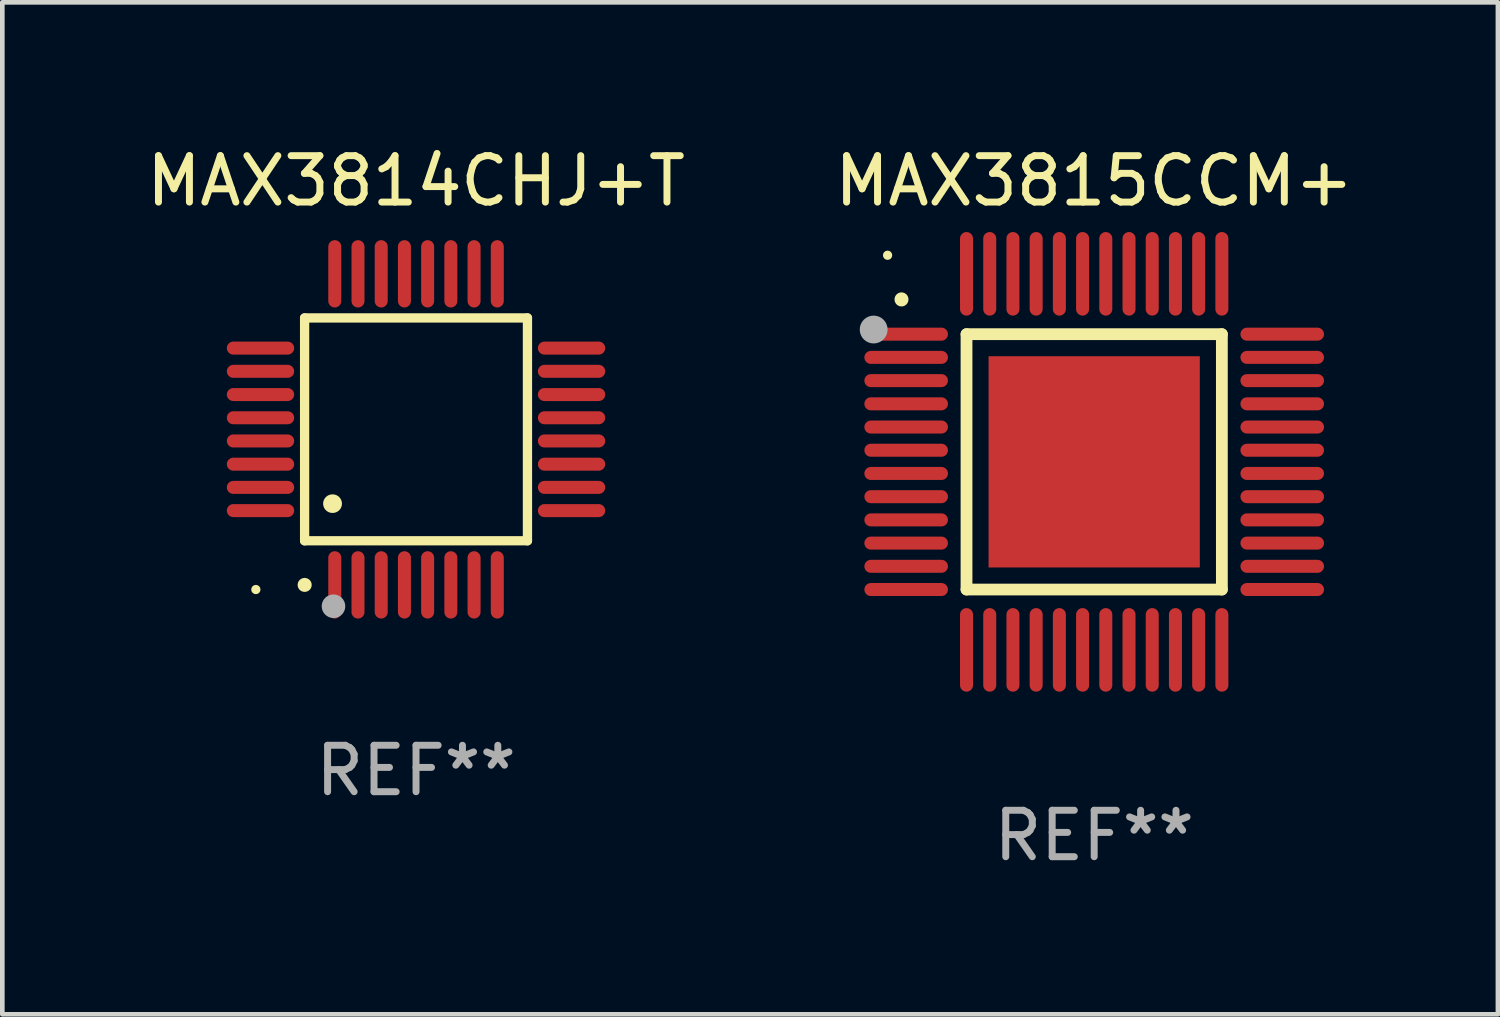
<source format=kicad_pcb>
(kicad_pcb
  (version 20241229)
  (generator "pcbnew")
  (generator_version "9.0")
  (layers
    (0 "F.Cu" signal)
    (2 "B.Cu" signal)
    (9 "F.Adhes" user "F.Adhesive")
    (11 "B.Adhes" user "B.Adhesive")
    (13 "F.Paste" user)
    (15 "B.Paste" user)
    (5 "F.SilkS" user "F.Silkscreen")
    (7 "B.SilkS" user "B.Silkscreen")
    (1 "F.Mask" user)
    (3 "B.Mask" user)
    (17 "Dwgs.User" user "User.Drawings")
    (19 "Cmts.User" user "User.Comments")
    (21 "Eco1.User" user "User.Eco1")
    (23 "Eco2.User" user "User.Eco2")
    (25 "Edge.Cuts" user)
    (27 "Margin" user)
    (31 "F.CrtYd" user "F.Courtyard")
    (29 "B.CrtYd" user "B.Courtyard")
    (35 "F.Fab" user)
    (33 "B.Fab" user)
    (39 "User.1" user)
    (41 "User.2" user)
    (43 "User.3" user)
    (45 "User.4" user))
  (footprint "MAX3814CHJ+T"
    (layer "F.Cu")
    (at 5.911 6.198)
    (property "Reference" "MAX3814CHJ+T" (at 0 -5.35 0) (layer "F.SilkS") (effects (font (size 1 1) (thickness 0.15))))
    (attr through_hole)
    (fp_line (start -2.4 -2.4) (end -2.4 2.4) (stroke (width 0.2) (type solid)) (layer "F.SilkS"))
    (fp_line (start -2.4 2.4) (end 2.4 2.4) (stroke (width 0.2) (type solid)) (layer "F.SilkS"))
    (fp_line (start 2.4 -2.4) (end -2.4 -2.4) (stroke (width 0.2) (type solid)) (layer "F.SilkS"))
    (fp_line (start 2.4 2.4) (end 2.4 -2.4) (stroke (width 0.2) (type solid)) (layer "F.SilkS"))
    (fp_arc (start -2.400305 3.350267) (mid -2.399035 3.350262) (end -2.397765 3.350267) (stroke (width 0.3) (type solid)) (layer "F.SilkS"))
    (fp_arc (start -1.800864 1.600203) (mid -1.798324 1.600187) (end -1.795784 1.600203) (stroke (width 0.4) (type solid)) (layer "F.SilkS"))
    (fp_circle (center -3.45 3.45) (end -3.4 3.45) (stroke (width 0.1) (type solid)) (fill no) (layer "F.SilkS"))
    (fp_circle (center -1.778 3.81) (end -1.651 3.81) (stroke (width 0.254) (type solid)) (fill no) (layer "F.Fab"))
    (fp_text user "REF**" (at 0 7.35 0) (layer "F.Fab") (effects (font (size 1 1) (thickness 0.15))))
    (pad "1" smd oval (at -1.75 3.35) (size 0.28 1.45) (layers "F.Cu" "F.Mask" "F.Paste"))
    (pad "2" smd oval (at -1.25 3.35) (size 0.28 1.45) (layers "F.Cu" "F.Mask" "F.Paste"))
    (pad "3" smd oval (at -0.75 3.35) (size 0.28 1.45) (layers "F.Cu" "F.Mask" "F.Paste"))
    (pad "4" smd oval (at -0.25 3.35) (size 0.28 1.45) (layers "F.Cu" "F.Mask" "F.Paste"))
    (pad "5" smd oval (at 0.25 3.35) (size 0.28 1.45) (layers "F.Cu" "F.Mask" "F.Paste"))
    (pad "6" smd oval (at 0.75 3.35) (size 0.28 1.45) (layers "F.Cu" "F.Mask" "F.Paste"))
    (pad "7" smd oval (at 1.25 3.35) (size 0.28 1.45) (layers "F.Cu" "F.Mask" "F.Paste"))
    (pad "8" smd oval (at 1.75 3.35) (size 0.28 1.45) (layers "F.Cu" "F.Mask" "F.Paste"))
    (pad "9" smd oval (at 3.35 1.75) (size 1.45 0.28) (layers "F.Cu" "F.Mask" "F.Paste"))
    (pad "10" smd oval (at 3.35 1.25) (size 1.45 0.28) (layers "F.Cu" "F.Mask" "F.Paste"))
    (pad "11" smd oval (at 3.35 0.75) (size 1.45 0.28) (layers "F.Cu" "F.Mask" "F.Paste"))
    (pad "12" smd oval (at 3.35 0.25) (size 1.45 0.28) (layers "F.Cu" "F.Mask" "F.Paste"))
    (pad "13" smd oval (at 3.35 -0.25) (size 1.45 0.28) (layers "F.Cu" "F.Mask" "F.Paste"))
    (pad "14" smd oval (at 3.35 -0.75) (size 1.45 0.28) (layers "F.Cu" "F.Mask" "F.Paste"))
    (pad "15" smd oval (at 3.35 -1.25) (size 1.45 0.28) (layers "F.Cu" "F.Mask" "F.Paste"))
    (pad "16" smd oval (at 3.35 -1.75) (size 1.45 0.28) (layers "F.Cu" "F.Mask" "F.Paste"))
    (pad "17" smd oval (at 1.75 -3.35) (size 0.28 1.45) (layers "F.Cu" "F.Mask" "F.Paste"))
    (pad "18" smd oval (at 1.25 -3.35) (size 0.28 1.45) (layers "F.Cu" "F.Mask" "F.Paste"))
    (pad "19" smd oval (at 0.75 -3.35) (size 0.28 1.45) (layers "F.Cu" "F.Mask" "F.Paste"))
    (pad "20" smd oval (at 0.25 -3.35) (size 0.28 1.45) (layers "F.Cu" "F.Mask" "F.Paste"))
    (pad "21" smd oval (at -0.25 -3.35) (size 0.28 1.45) (layers "F.Cu" "F.Mask" "F.Paste"))
    (pad "22" smd oval (at -0.75 -3.35) (size 0.28 1.45) (layers "F.Cu" "F.Mask" "F.Paste"))
    (pad "23" smd oval (at -1.25 -3.35) (size 0.28 1.45) (layers "F.Cu" "F.Mask" "F.Paste"))
    (pad "24" smd oval (at -1.75 -3.35) (size 0.28 1.45) (layers "F.Cu" "F.Mask" "F.Paste"))
    (pad "25" smd oval (at -3.35 -1.75) (size 1.45 0.28) (layers "F.Cu" "F.Mask" "F.Paste"))
    (pad "26" smd oval (at -3.35 -1.25) (size 1.45 0.28) (layers "F.Cu" "F.Mask" "F.Paste"))
    (pad "27" smd oval (at -3.35 -0.75) (size 1.45 0.28) (layers "F.Cu" "F.Mask" "F.Paste"))
    (pad "28" smd oval (at -3.35 -0.25) (size 1.45 0.28) (layers "F.Cu" "F.Mask" "F.Paste"))
    (pad "29" smd oval (at -3.35 0.25) (size 1.45 0.28) (layers "F.Cu" "F.Mask" "F.Paste"))
    (pad "30" smd oval (at -3.35 0.75) (size 1.45 0.28) (layers "F.Cu" "F.Mask" "F.Paste"))
    (pad "31" smd oval (at -3.35 1.25) (size 1.45 0.28) (layers "F.Cu" "F.Mask" "F.Paste"))
    (pad "32" smd oval (at -3.35 1.75) (size 1.45 0.28) (layers "F.Cu" "F.Mask" "F.Paste")))
  (footprint "MAX3815CCM+"
    (layer "F.Cu")
    (at 20.518 6.898)
    (property "Reference" "MAX3815CCM+" (at 0 -6.05 0) (layer "F.SilkS") (effects (font (size 1 1) (thickness 0.15))))
    (attr through_hole)
    (fp_line (start -2.75 -2.75) (end 2.75 -2.75) (stroke (width 0.254) (type solid)) (layer "F.SilkS"))
    (fp_line (start -2.75 2.75) (end -2.75 -2.75) (stroke (width 0.254) (type solid)) (layer "F.SilkS"))
    (fp_line (start 2.75 -2.75) (end 2.75 2.75) (stroke (width 0.254) (type solid)) (layer "F.SilkS"))
    (fp_line (start 2.75 2.75) (end -2.75 2.75) (stroke (width 0.254) (type solid)) (layer "F.SilkS"))
    (fp_arc (start -4.150368 -3.497587) (mid -4.150373 -3.498857) (end -4.150368 -3.500127) (stroke (width 0.3) (type solid)) (layer "F.SilkS"))
    (fp_circle (center -4.45 -4.45) (end -4.4 -4.45) (stroke (width 0.1) (type solid)) (fill no) (layer "F.SilkS"))
    (fp_circle (center -4.75 -2.85) (end -4.6 -2.85) (stroke (width 0.3) (type solid)) (fill no) (layer "F.Fab"))
    (fp_text user "REF**" (at 0 8.05 0) (layer "F.Fab") (effects (font (size 1 1) (thickness 0.15))))
    (pad "1" smd oval (at -4.05 -2.75 90) (size 0.28 1.8) (layers "F.Cu" "F.Mask" "F.Paste"))
    (pad "2" smd oval (at -4.05 -2.25 90) (size 0.28 1.8) (layers "F.Cu" "F.Mask" "F.Paste"))
    (pad "3" smd oval (at -4.05 -1.75 90) (size 0.28 1.8) (layers "F.Cu" "F.Mask" "F.Paste"))
    (pad "4" smd oval (at -4.05 -1.25 90) (size 0.28 1.8) (layers "F.Cu" "F.Mask" "F.Paste"))
    (pad "5" smd oval (at -4.05 -0.75 90) (size 0.28 1.8) (layers "F.Cu" "F.Mask" "F.Paste"))
    (pad "6" smd oval (at -4.05 -0.25 90) (size 0.28 1.8) (layers "F.Cu" "F.Mask" "F.Paste"))
    (pad "7" smd oval (at -4.05 0.25 90) (size 0.28 1.8) (layers "F.Cu" "F.Mask" "F.Paste"))
    (pad "8" smd oval (at -4.05 0.75 90) (size 0.28 1.8) (layers "F.Cu" "F.Mask" "F.Paste"))
    (pad "9" smd oval (at -4.05 1.25 90) (size 0.28 1.8) (layers "F.Cu" "F.Mask" "F.Paste"))
    (pad "10" smd oval (at -4.05 1.75 90) (size 0.28 1.8) (layers "F.Cu" "F.Mask" "F.Paste"))
    (pad "11" smd oval (at -4.05 2.25 90) (size 0.28 1.8) (layers "F.Cu" "F.Mask" "F.Paste"))
    (pad "12" smd oval (at -4.05 2.75 90) (size 0.28 1.8) (layers "F.Cu" "F.Mask" "F.Paste"))
    (pad "13" smd oval (at -2.75 4.05) (size 0.28 1.8) (layers "F.Cu" "F.Mask" "F.Paste"))
    (pad "14" smd oval (at -2.25 4.05) (size 0.28 1.8) (layers "F.Cu" "F.Mask" "F.Paste"))
    (pad "15" smd oval (at -1.75 4.05) (size 0.28 1.8) (layers "F.Cu" "F.Mask" "F.Paste"))
    (pad "16" smd oval (at -1.25 4.05) (size 0.28 1.8) (layers "F.Cu" "F.Mask" "F.Paste"))
    (pad "17" smd oval (at -0.75 4.05) (size 0.28 1.8) (layers "F.Cu" "F.Mask" "F.Paste"))
    (pad "18" smd oval (at -0.25 4.05) (size 0.28 1.8) (layers "F.Cu" "F.Mask" "F.Paste"))
    (pad "19" smd oval (at 0.25 4.05) (size 0.28 1.8) (layers "F.Cu" "F.Mask" "F.Paste"))
    (pad "20" smd oval (at 0.75 4.05) (size 0.28 1.8) (layers "F.Cu" "F.Mask" "F.Paste"))
    (pad "21" smd oval (at 1.25 4.05) (size 0.28 1.8) (layers "F.Cu" "F.Mask" "F.Paste"))
    (pad "22" smd oval (at 1.75 4.05) (size 0.28 1.8) (layers "F.Cu" "F.Mask" "F.Paste"))
    (pad "23" smd oval (at 2.25 4.05) (size 0.28 1.8) (layers "F.Cu" "F.Mask" "F.Paste"))
    (pad "24" smd oval (at 2.75 4.05) (size 0.28 1.8) (layers "F.Cu" "F.Mask" "F.Paste"))
    (pad "25" smd oval (at 4.05 2.75 90) (size 0.28 1.8) (layers "F.Cu" "F.Mask" "F.Paste"))
    (pad "26" smd oval (at 4.05 2.25 90) (size 0.28 1.8) (layers "F.Cu" "F.Mask" "F.Paste"))
    (pad "27" smd oval (at 4.05 1.75 90) (size 0.28 1.8) (layers "F.Cu" "F.Mask" "F.Paste"))
    (pad "28" smd oval (at 4.05 1.25 90) (size 0.28 1.8) (layers "F.Cu" "F.Mask" "F.Paste"))
    (pad "29" smd oval (at 4.05 0.75 90) (size 0.28 1.8) (layers "F.Cu" "F.Mask" "F.Paste"))
    (pad "30" smd oval (at 4.05 0.25 90) (size 0.28 1.8) (layers "F.Cu" "F.Mask" "F.Paste"))
    (pad "31" smd oval (at 4.05 -0.25 90) (size 0.28 1.8) (layers "F.Cu" "F.Mask" "F.Paste"))
    (pad "32" smd oval (at 4.05 -0.75 90) (size 0.28 1.8) (layers "F.Cu" "F.Mask" "F.Paste"))
    (pad "33" smd oval (at 4.05 -1.25 90) (size 0.28 1.8) (layers "F.Cu" "F.Mask" "F.Paste"))
    (pad "34" smd oval (at 4.05 -1.75 90) (size 0.28 1.8) (layers "F.Cu" "F.Mask" "F.Paste"))
    (pad "35" smd oval (at 4.05 -2.25 90) (size 0.28 1.8) (layers "F.Cu" "F.Mask" "F.Paste"))
    (pad "36" smd oval (at 4.05 -2.75 90) (size 0.28 1.8) (layers "F.Cu" "F.Mask" "F.Paste"))
    (pad "37" smd oval (at 2.75 -4.05) (size 0.28 1.8) (layers "F.Cu" "F.Mask" "F.Paste"))
    (pad "38" smd oval (at 2.25 -4.05) (size 0.28 1.8) (layers "F.Cu" "F.Mask" "F.Paste"))
    (pad "39" smd oval (at 1.75 -4.05) (size 0.28 1.8) (layers "F.Cu" "F.Mask" "F.Paste"))
    (pad "40" smd oval (at 1.25 -4.05) (size 0.28 1.8) (layers "F.Cu" "F.Mask" "F.Paste"))
    (pad "41" smd oval (at 0.75 -4.05) (size 0.28 1.8) (layers "F.Cu" "F.Mask" "F.Paste"))
    (pad "42" smd oval (at 0.25 -4.05) (size 0.28 1.8) (layers "F.Cu" "F.Mask" "F.Paste"))
    (pad "43" smd oval (at -0.25 -4.05) (size 0.28 1.8) (layers "F.Cu" "F.Mask" "F.Paste"))
    (pad "44" smd oval (at -0.75 -4.05) (size 0.28 1.8) (layers "F.Cu" "F.Mask" "F.Paste"))
    (pad "45" smd oval (at -1.25 -4.05) (size 0.28 1.8) (layers "F.Cu" "F.Mask" "F.Paste"))
    (pad "46" smd oval (at -1.75 -4.05) (size 0.28 1.8) (layers "F.Cu" "F.Mask" "F.Paste"))
    (pad "47" smd oval (at -2.25 -4.05) (size 0.28 1.8) (layers "F.Cu" "F.Mask" "F.Paste"))
    (pad "48" smd oval (at -2.75 -4.05) (size 0.28 1.8) (layers "F.Cu" "F.Mask" "F.Paste"))
    (pad "49" smd rect (at 0 0 270) (size 4.55 4.55) (layers "F.Cu" "F.Mask" "F.Paste")))
  (gr_rect
    (start -3 -3)
    (end 29.214 18.797)
    (stroke (width 0.1) (type default))
    (fill no)
    (layer "Edge.Cuts")))
</source>
